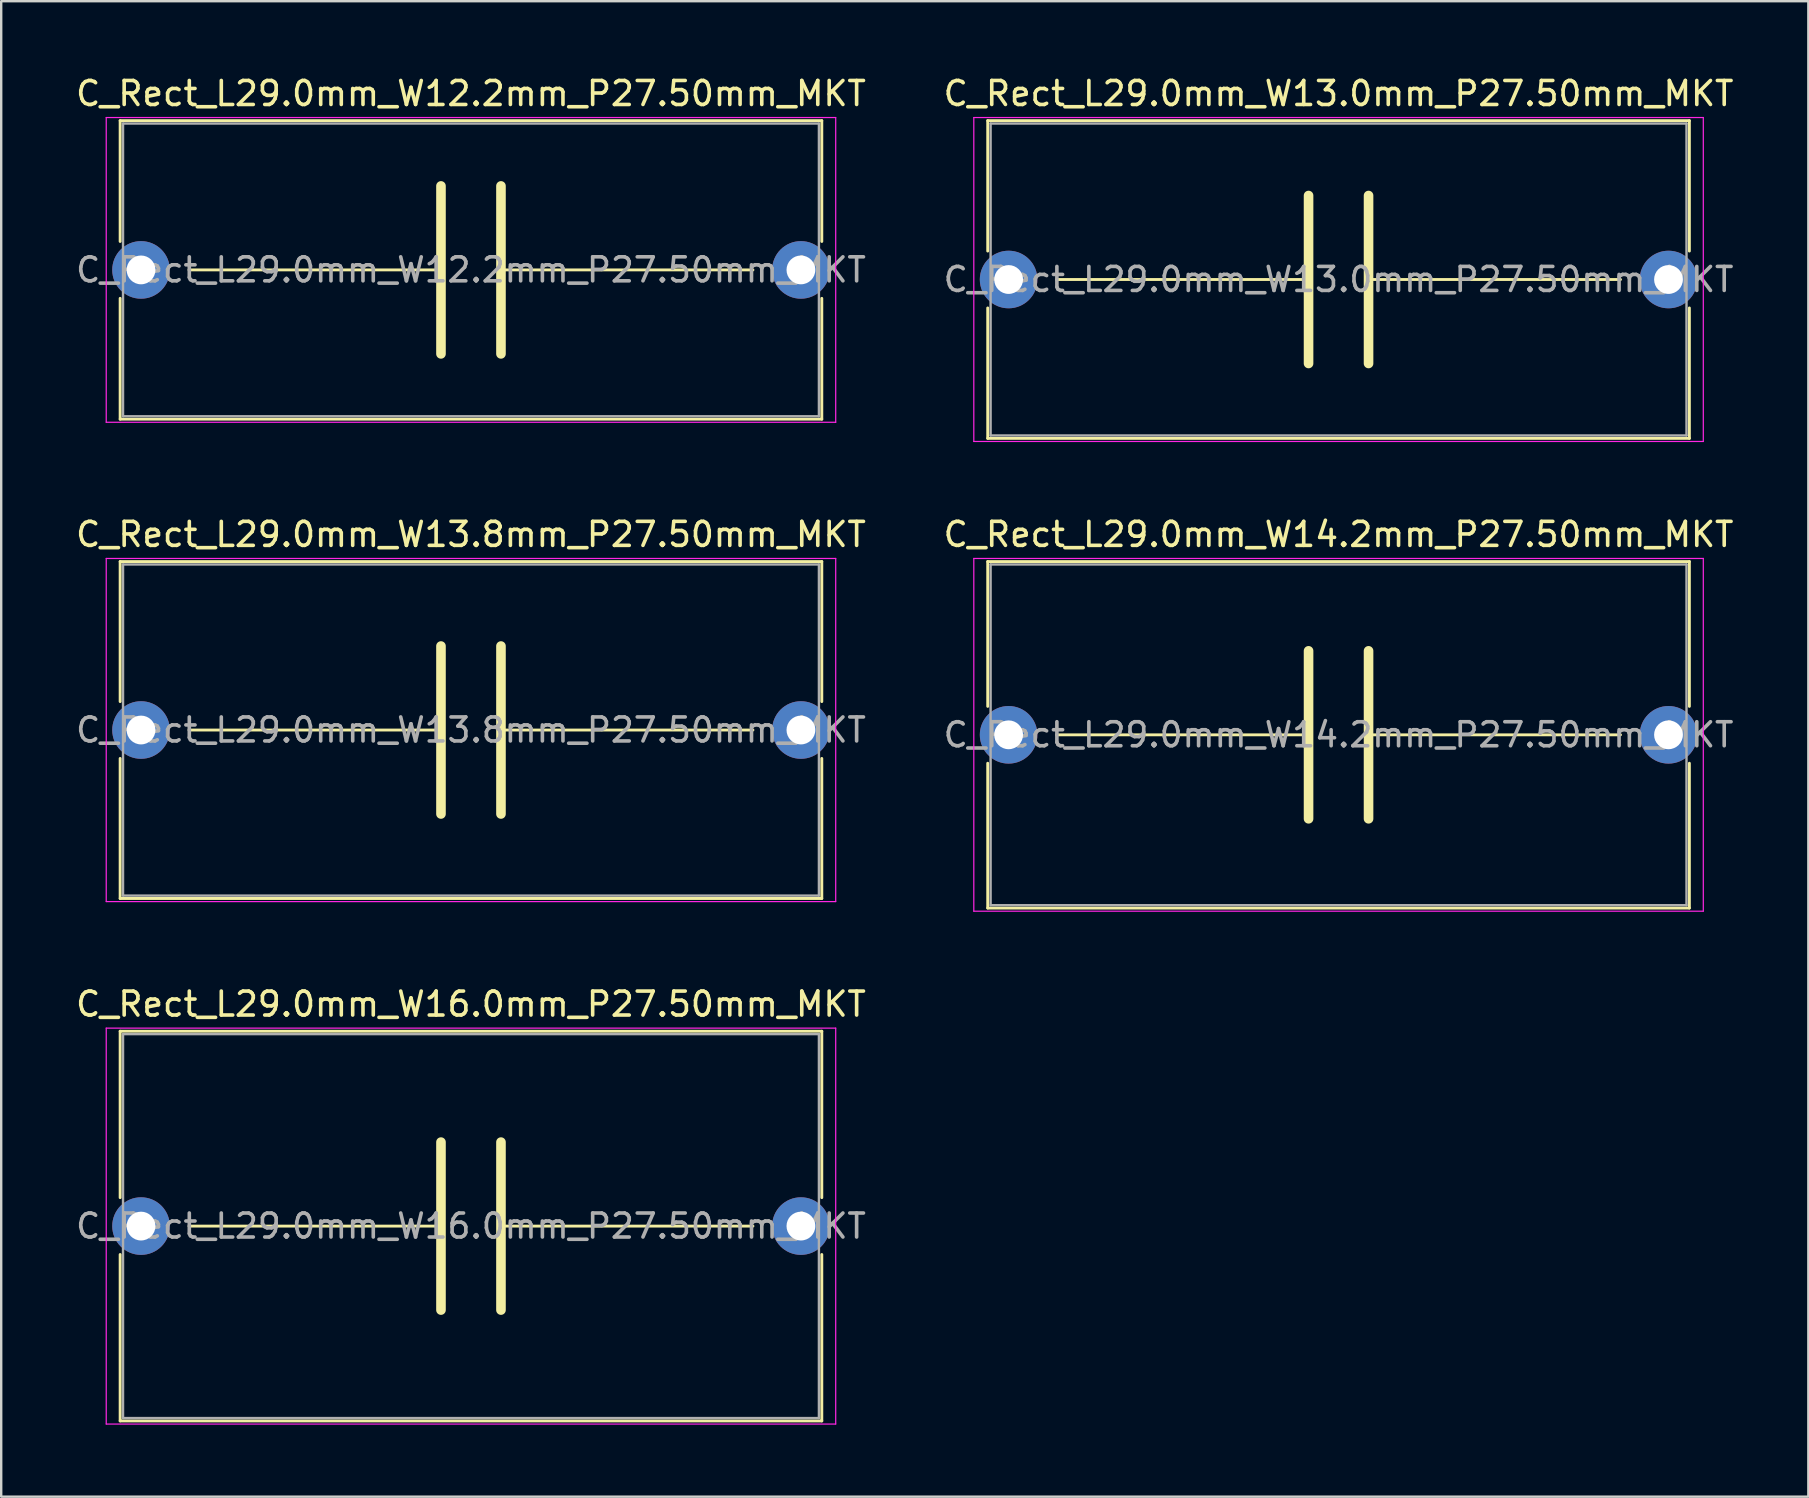
<source format=kicad_pcb>
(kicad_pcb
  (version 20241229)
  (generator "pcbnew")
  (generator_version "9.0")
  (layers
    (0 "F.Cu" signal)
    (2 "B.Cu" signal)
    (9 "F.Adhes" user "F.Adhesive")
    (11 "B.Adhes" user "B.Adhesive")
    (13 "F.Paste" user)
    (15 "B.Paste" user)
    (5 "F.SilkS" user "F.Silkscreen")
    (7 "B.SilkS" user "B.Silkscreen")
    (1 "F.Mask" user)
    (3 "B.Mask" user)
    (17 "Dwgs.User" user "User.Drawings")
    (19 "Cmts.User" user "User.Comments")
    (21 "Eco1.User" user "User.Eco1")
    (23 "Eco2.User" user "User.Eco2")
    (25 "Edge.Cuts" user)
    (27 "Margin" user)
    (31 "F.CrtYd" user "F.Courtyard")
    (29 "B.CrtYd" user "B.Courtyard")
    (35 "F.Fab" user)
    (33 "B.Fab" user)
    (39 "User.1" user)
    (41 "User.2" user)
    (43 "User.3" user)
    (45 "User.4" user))
  (footprint "C_Rect_L29.0mm_W14.2mm_P27.50mm_MKT"
    (layer "F.Cu")
    (at 38.982 27.572)
    (property "Reference" "C_Rect_L29.0mm_W14.2mm_P27.50mm_MKT" (at 13.75 -8.35 0) (layer "F.SilkS") (effects (font (size 1 1) (thickness 0.15))))
    (attr through_hole)
    (fp_line (start -0.87 -7.22) (end -0.87 -1.185) (stroke (width 0.12) (type solid)) (layer "F.SilkS"))
    (fp_line (start -0.87 -7.22) (end 28.37 -7.22) (stroke (width 0.12) (type solid)) (layer "F.SilkS"))
    (fp_line (start -0.87 1.185) (end -0.87 7.22) (stroke (width 0.12) (type solid)) (layer "F.SilkS"))
    (fp_line (start -0.87 7.22) (end 28.37 7.22) (stroke (width 0.12) (type solid)) (layer "F.SilkS"))
    (fp_line (start 2 0) (end 12.5 0) (stroke (width 0.12) (type solid)) (layer "F.SilkS"))
    (fp_line (start 12.5 -3.5) (end 12.5 3.5) (stroke (width 0.4) (type solid)) (layer "F.SilkS"))
    (fp_line (start 15 -3.5) (end 15 3.5) (stroke (width 0.4) (type solid)) (layer "F.SilkS"))
    (fp_line (start 15 0) (end 25.5 0) (stroke (width 0.12) (type solid)) (layer "F.SilkS"))
    (fp_line (start 28.37 -7.22) (end 28.37 -1.185) (stroke (width 0.12) (type solid)) (layer "F.SilkS"))
    (fp_line (start 28.37 1.185) (end 28.37 7.22) (stroke (width 0.12) (type solid)) (layer "F.SilkS"))
    (fp_line (start -1.45 -7.35) (end -1.45 7.35) (stroke (width 0.05) (type solid)) (layer "F.CrtYd"))
    (fp_line (start -1.45 7.35) (end 28.95 7.35) (stroke (width 0.05) (type solid)) (layer "F.CrtYd"))
    (fp_line (start 28.95 -7.35) (end -1.45 -7.35) (stroke (width 0.05) (type solid)) (layer "F.CrtYd"))
    (fp_line (start 28.95 7.35) (end 28.95 -7.35) (stroke (width 0.05) (type solid)) (layer "F.CrtYd"))
    (fp_line (start -0.75 -7.1) (end -0.75 7.1) (stroke (width 0.1) (type solid)) (layer "F.Fab"))
    (fp_line (start -0.75 7.1) (end 28.25 7.1) (stroke (width 0.1) (type solid)) (layer "F.Fab"))
    (fp_line (start 28.25 -7.1) (end -0.75 -7.1) (stroke (width 0.1) (type solid)) (layer "F.Fab"))
    (fp_line (start 28.25 7.1) (end 28.25 -7.1) (stroke (width 0.1) (type solid)) (layer "F.Fab"))
    (fp_text user "${REFERENCE}" (at 13.75 0 0) (layer "F.Fab") (effects (font (size 1 1) (thickness 0.15))))
    (pad "1" thru_hole circle (at 0 0) (size 2.4 2.4) (drill 1.2) (layers "*.Cu" "*.Mask"))
    (pad "2" thru_hole circle (at 27.5 0) (size 2.4 2.4) (drill 1.2) (layers "*.Cu" "*.Mask")))
  (footprint "C_Rect_L29.0mm_W16.0mm_P27.50mm_MKT"
    (layer "F.Cu")
    (at 2.827 48.045)
    (property "Reference" "C_Rect_L29.0mm_W16.0mm_P27.50mm_MKT" (at 13.75 -9.25 0) (layer "F.SilkS") (effects (font (size 1 1) (thickness 0.15))))
    (attr through_hole)
    (fp_line (start -0.87 -8.12) (end -0.87 -1.185) (stroke (width 0.12) (type solid)) (layer "F.SilkS"))
    (fp_line (start -0.87 -8.12) (end 28.37 -8.12) (stroke (width 0.12) (type solid)) (layer "F.SilkS"))
    (fp_line (start -0.87 1.185) (end -0.87 8.12) (stroke (width 0.12) (type solid)) (layer "F.SilkS"))
    (fp_line (start -0.87 8.12) (end 28.37 8.12) (stroke (width 0.12) (type solid)) (layer "F.SilkS"))
    (fp_line (start 2 0) (end 12.5 0) (stroke (width 0.12) (type solid)) (layer "F.SilkS"))
    (fp_line (start 12.5 -3.5) (end 12.5 3.5) (stroke (width 0.4) (type solid)) (layer "F.SilkS"))
    (fp_line (start 15 -3.5) (end 15 3.5) (stroke (width 0.4) (type solid)) (layer "F.SilkS"))
    (fp_line (start 15 0) (end 25.5 0) (stroke (width 0.12) (type solid)) (layer "F.SilkS"))
    (fp_line (start 28.37 -8.12) (end 28.37 -1.185) (stroke (width 0.12) (type solid)) (layer "F.SilkS"))
    (fp_line (start 28.37 1.185) (end 28.37 8.12) (stroke (width 0.12) (type solid)) (layer "F.SilkS"))
    (fp_line (start -1.45 -8.25) (end -1.45 8.25) (stroke (width 0.05) (type solid)) (layer "F.CrtYd"))
    (fp_line (start -1.45 8.25) (end 28.95 8.25) (stroke (width 0.05) (type solid)) (layer "F.CrtYd"))
    (fp_line (start 28.95 -8.25) (end -1.45 -8.25) (stroke (width 0.05) (type solid)) (layer "F.CrtYd"))
    (fp_line (start 28.95 8.25) (end 28.95 -8.25) (stroke (width 0.05) (type solid)) (layer "F.CrtYd"))
    (fp_line (start -0.75 -8) (end -0.75 8) (stroke (width 0.1) (type solid)) (layer "F.Fab"))
    (fp_line (start -0.75 8) (end 28.25 8) (stroke (width 0.1) (type solid)) (layer "F.Fab"))
    (fp_line (start 28.25 -8) (end -0.75 -8) (stroke (width 0.1) (type solid)) (layer "F.Fab"))
    (fp_line (start 28.25 8) (end 28.25 -8) (stroke (width 0.1) (type solid)) (layer "F.Fab"))
    (fp_text user "${REFERENCE}" (at 13.75 0 0) (layer "F.Fab") (effects (font (size 1 1) (thickness 0.15))))
    (pad "1" thru_hole circle (at 0 0) (size 2.4 2.4) (drill 1.2) (layers "*.Cu" "*.Mask"))
    (pad "2" thru_hole circle (at 27.5 0) (size 2.4 2.4) (drill 1.2) (layers "*.Cu" "*.Mask")))
  (footprint "C_Rect_L29.0mm_W13.8mm_P27.50mm_MKT"
    (layer "F.Cu")
    (at 2.827 27.372)
    (property "Reference" "C_Rect_L29.0mm_W13.8mm_P27.50mm_MKT" (at 13.75 -8.15 0) (layer "F.SilkS") (effects (font (size 1 1) (thickness 0.15))))
    (attr through_hole)
    (fp_line (start -0.87 -7.02) (end -0.87 -1.185) (stroke (width 0.12) (type solid)) (layer "F.SilkS"))
    (fp_line (start -0.87 -7.02) (end 28.37 -7.02) (stroke (width 0.12) (type solid)) (layer "F.SilkS"))
    (fp_line (start -0.87 1.185) (end -0.87 7.02) (stroke (width 0.12) (type solid)) (layer "F.SilkS"))
    (fp_line (start -0.87 7.02) (end 28.37 7.02) (stroke (width 0.12) (type solid)) (layer "F.SilkS"))
    (fp_line (start 2 0) (end 12.5 0) (stroke (width 0.12) (type solid)) (layer "F.SilkS"))
    (fp_line (start 12.5 -3.5) (end 12.5 3.5) (stroke (width 0.4) (type solid)) (layer "F.SilkS"))
    (fp_line (start 15 -3.5) (end 15 3.5) (stroke (width 0.4) (type solid)) (layer "F.SilkS"))
    (fp_line (start 15 0) (end 25.5 0) (stroke (width 0.12) (type solid)) (layer "F.SilkS"))
    (fp_line (start 28.37 -7.02) (end 28.37 -1.185) (stroke (width 0.12) (type solid)) (layer "F.SilkS"))
    (fp_line (start 28.37 1.185) (end 28.37 7.02) (stroke (width 0.12) (type solid)) (layer "F.SilkS"))
    (fp_line (start -1.45 -7.15) (end -1.45 7.15) (stroke (width 0.05) (type solid)) (layer "F.CrtYd"))
    (fp_line (start -1.45 7.15) (end 28.95 7.15) (stroke (width 0.05) (type solid)) (layer "F.CrtYd"))
    (fp_line (start 28.95 -7.15) (end -1.45 -7.15) (stroke (width 0.05) (type solid)) (layer "F.CrtYd"))
    (fp_line (start 28.95 7.15) (end 28.95 -7.15) (stroke (width 0.05) (type solid)) (layer "F.CrtYd"))
    (fp_line (start -0.75 -6.9) (end -0.75 6.9) (stroke (width 0.1) (type solid)) (layer "F.Fab"))
    (fp_line (start -0.75 6.9) (end 28.25 6.9) (stroke (width 0.1) (type solid)) (layer "F.Fab"))
    (fp_line (start 28.25 -6.9) (end -0.75 -6.9) (stroke (width 0.1) (type solid)) (layer "F.Fab"))
    (fp_line (start 28.25 6.9) (end 28.25 -6.9) (stroke (width 0.1) (type solid)) (layer "F.Fab"))
    (fp_text user "${REFERENCE}" (at 13.75 0 0) (layer "F.Fab") (effects (font (size 1 1) (thickness 0.15))))
    (pad "1" thru_hole circle (at 0 0) (size 2.4 2.4) (drill 1.2) (layers "*.Cu" "*.Mask"))
    (pad "2" thru_hole circle (at 27.5 0) (size 2.4 2.4) (drill 1.2) (layers "*.Cu" "*.Mask")))
  (footprint "C_Rect_L29.0mm_W12.2mm_P27.50mm_MKT"
    (layer "F.Cu")
    (at 2.827 8.198)
    (property "Reference" "C_Rect_L29.0mm_W12.2mm_P27.50mm_MKT" (at 13.75 -7.35 0) (layer "F.SilkS") (effects (font (size 1 1) (thickness 0.15))))
    (attr through_hole)
    (fp_line (start -0.87 -6.22) (end -0.87 -1.185) (stroke (width 0.12) (type solid)) (layer "F.SilkS"))
    (fp_line (start -0.87 -6.22) (end 28.37 -6.22) (stroke (width 0.12) (type solid)) (layer "F.SilkS"))
    (fp_line (start -0.87 1.185) (end -0.87 6.22) (stroke (width 0.12) (type solid)) (layer "F.SilkS"))
    (fp_line (start -0.87 6.22) (end 28.37 6.22) (stroke (width 0.12) (type solid)) (layer "F.SilkS"))
    (fp_line (start 2 0) (end 12.5 0) (stroke (width 0.12) (type solid)) (layer "F.SilkS"))
    (fp_line (start 12.5 -3.5) (end 12.5 3.5) (stroke (width 0.4) (type solid)) (layer "F.SilkS"))
    (fp_line (start 15 -3.5) (end 15 3.5) (stroke (width 0.4) (type solid)) (layer "F.SilkS"))
    (fp_line (start 15 0) (end 25.5 0) (stroke (width 0.12) (type solid)) (layer "F.SilkS"))
    (fp_line (start 28.37 -6.22) (end 28.37 -1.185) (stroke (width 0.12) (type solid)) (layer "F.SilkS"))
    (fp_line (start 28.37 1.185) (end 28.37 6.22) (stroke (width 0.12) (type solid)) (layer "F.SilkS"))
    (fp_line (start -1.45 -6.35) (end -1.45 6.35) (stroke (width 0.05) (type solid)) (layer "F.CrtYd"))
    (fp_line (start -1.45 6.35) (end 28.95 6.35) (stroke (width 0.05) (type solid)) (layer "F.CrtYd"))
    (fp_line (start 28.95 -6.35) (end -1.45 -6.35) (stroke (width 0.05) (type solid)) (layer "F.CrtYd"))
    (fp_line (start 28.95 6.35) (end 28.95 -6.35) (stroke (width 0.05) (type solid)) (layer "F.CrtYd"))
    (fp_line (start -0.75 -6.1) (end -0.75 6.1) (stroke (width 0.1) (type solid)) (layer "F.Fab"))
    (fp_line (start -0.75 6.1) (end 28.25 6.1) (stroke (width 0.1) (type solid)) (layer "F.Fab"))
    (fp_line (start 28.25 -6.1) (end -0.75 -6.1) (stroke (width 0.1) (type solid)) (layer "F.Fab"))
    (fp_line (start 28.25 6.1) (end 28.25 -6.1) (stroke (width 0.1) (type solid)) (layer "F.Fab"))
    (fp_text user "${REFERENCE}" (at 13.75 0 0) (layer "F.Fab") (effects (font (size 1 1) (thickness 0.15))))
    (pad "1" thru_hole circle (at 0 0) (size 2.4 2.4) (drill 1.2) (layers "*.Cu" "*.Mask"))
    (pad "2" thru_hole circle (at 27.5 0) (size 2.4 2.4) (drill 1.2) (layers "*.Cu" "*.Mask")))
  (footprint "C_Rect_L29.0mm_W13.0mm_P27.50mm_MKT"
    (layer "F.Cu")
    (at 38.982 8.598)
    (property "Reference" "C_Rect_L29.0mm_W13.0mm_P27.50mm_MKT" (at 13.75 -7.75 0) (layer "F.SilkS") (effects (font (size 1 1) (thickness 0.15))))
    (attr through_hole)
    (fp_line (start -0.87 -6.62) (end -0.87 -1.185) (stroke (width 0.12) (type solid)) (layer "F.SilkS"))
    (fp_line (start -0.87 -6.62) (end 28.37 -6.62) (stroke (width 0.12) (type solid)) (layer "F.SilkS"))
    (fp_line (start -0.87 1.185) (end -0.87 6.62) (stroke (width 0.12) (type solid)) (layer "F.SilkS"))
    (fp_line (start -0.87 6.62) (end 28.37 6.62) (stroke (width 0.12) (type solid)) (layer "F.SilkS"))
    (fp_line (start 2 0) (end 12.5 0) (stroke (width 0.12) (type solid)) (layer "F.SilkS"))
    (fp_line (start 12.5 -3.5) (end 12.5 3.5) (stroke (width 0.4) (type solid)) (layer "F.SilkS"))
    (fp_line (start 15 -3.5) (end 15 3.5) (stroke (width 0.4) (type solid)) (layer "F.SilkS"))
    (fp_line (start 15 0) (end 25.5 0) (stroke (width 0.12) (type solid)) (layer "F.SilkS"))
    (fp_line (start 28.37 -6.62) (end 28.37 -1.185) (stroke (width 0.12) (type solid)) (layer "F.SilkS"))
    (fp_line (start 28.37 1.185) (end 28.37 6.62) (stroke (width 0.12) (type solid)) (layer "F.SilkS"))
    (fp_line (start -1.45 -6.75) (end -1.45 6.75) (stroke (width 0.05) (type solid)) (layer "F.CrtYd"))
    (fp_line (start -1.45 6.75) (end 28.95 6.75) (stroke (width 0.05) (type solid)) (layer "F.CrtYd"))
    (fp_line (start 28.95 -6.75) (end -1.45 -6.75) (stroke (width 0.05) (type solid)) (layer "F.CrtYd"))
    (fp_line (start 28.95 6.75) (end 28.95 -6.75) (stroke (width 0.05) (type solid)) (layer "F.CrtYd"))
    (fp_line (start -0.75 -6.5) (end -0.75 6.5) (stroke (width 0.1) (type solid)) (layer "F.Fab"))
    (fp_line (start -0.75 6.5) (end 28.25 6.5) (stroke (width 0.1) (type solid)) (layer "F.Fab"))
    (fp_line (start 28.25 -6.5) (end -0.75 -6.5) (stroke (width 0.1) (type solid)) (layer "F.Fab"))
    (fp_line (start 28.25 6.5) (end 28.25 -6.5) (stroke (width 0.1) (type solid)) (layer "F.Fab"))
    (fp_text user "${REFERENCE}" (at 13.75 0 0) (layer "F.Fab") (effects (font (size 1 1) (thickness 0.15))))
    (pad "1" thru_hole circle (at 0 0) (size 2.4 2.4) (drill 1.2) (layers "*.Cu" "*.Mask"))
    (pad "2" thru_hole circle (at 27.5 0) (size 2.4 2.4) (drill 1.2) (layers "*.Cu" "*.Mask")))
  (gr_rect
    (start -3 -3)
    (end 72.31 59.32)
    (stroke (width 0.1) (type default))
    (fill no)
    (layer "Edge.Cuts")))
</source>
